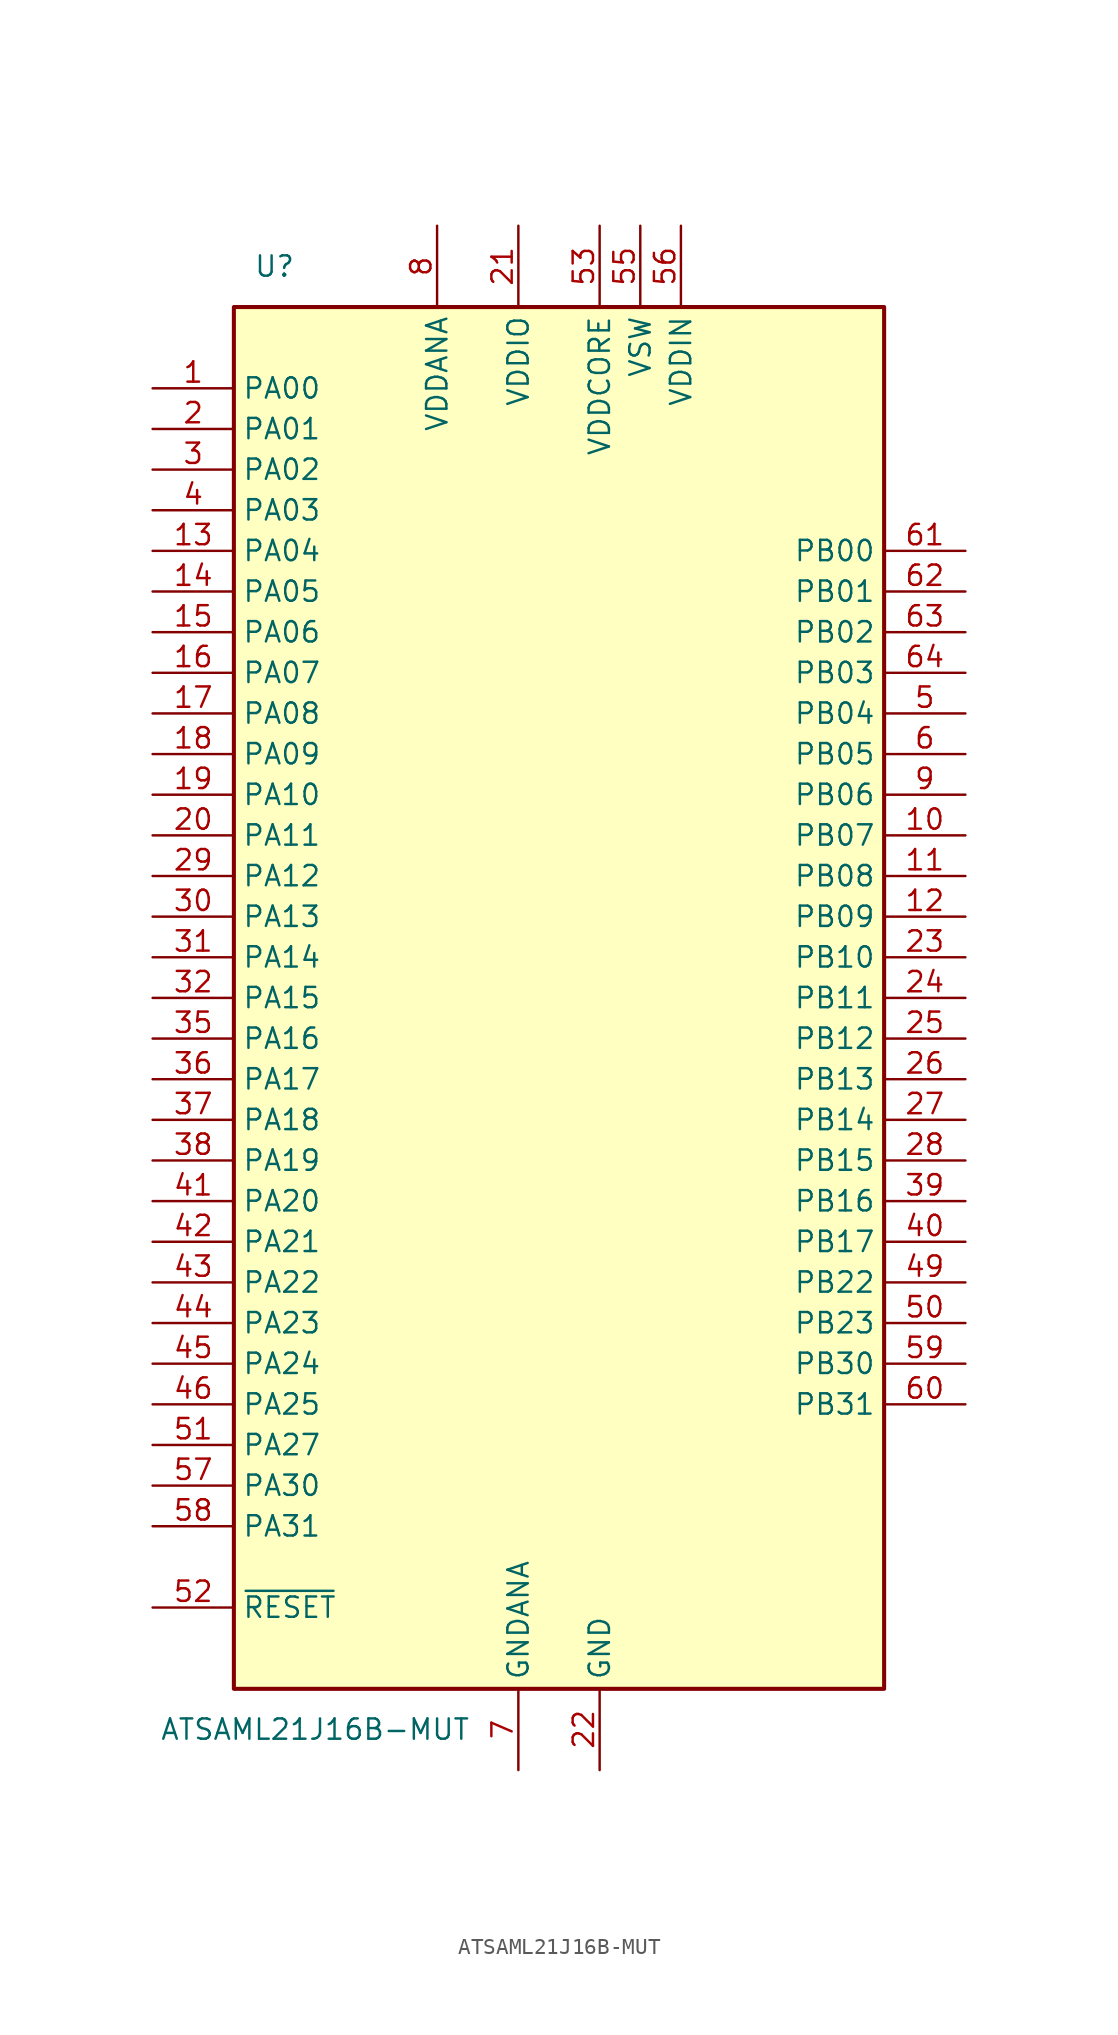
<source format=kicad_sym>
(kicad_symbol_lib
  (version 20201005)
  (generator kicad_symbol_editor)
  (symbol "ATSAML21J16B-MUT"
    (property "Reference" "U"
      (at -17.78 45.72 0)
      (effects (font (size 1.27 1.27))))
    (property "Value" "ATSAML21J16B-MUT"
      (at -15.24 -45.72 0)
      (effects (font (size 1.27 1.27))))
    (symbol "ATSAML21J16B-MUT_0_1"
      (rectangle (start -20.32 43.18) (end 20.32 -43.18) (stroke (width 0.254)) (fill (type background))))
    (symbol "ATSAML21J16B-MUT_1_1"
      (pin bidirectional line (at -25.4 38.1 0) (length 5.08) (name "PA00" (effects (font (size 1.27 1.27)))) (number "1" (effects (font (size 1.27 1.27)))))
      (pin bidirectional line (at 25.4 10.16 180) (length 5.08) (name "PB07" (effects (font (size 1.27 1.27)))) (number "10" (effects (font (size 1.27 1.27)))))
      (pin bidirectional line (at 25.4 7.62 180) (length 5.08) (name "PB08" (effects (font (size 1.27 1.27)))) (number "11" (effects (font (size 1.27 1.27)))))
      (pin bidirectional line (at 25.4 5.08 180) (length 5.08) (name "PB09" (effects (font (size 1.27 1.27)))) (number "12" (effects (font (size 1.27 1.27)))))
      (pin bidirectional line (at -25.4 27.94 0) (length 5.08) (name "PA04" (effects (font (size 1.27 1.27)))) (number "13" (effects (font (size 1.27 1.27)))))
      (pin bidirectional line (at -25.4 25.4 0) (length 5.08) (name "PA05" (effects (font (size 1.27 1.27)))) (number "14" (effects (font (size 1.27 1.27)))))
      (pin bidirectional line (at -25.4 22.86 0) (length 5.08) (name "PA06" (effects (font (size 1.27 1.27)))) (number "15" (effects (font (size 1.27 1.27)))))
      (pin bidirectional line (at -25.4 20.32 0) (length 5.08) (name "PA07" (effects (font (size 1.27 1.27)))) (number "16" (effects (font (size 1.27 1.27)))))
      (pin bidirectional line (at -25.4 17.78 0) (length 5.08) (name "PA08" (effects (font (size 1.27 1.27)))) (number "17" (effects (font (size 1.27 1.27)))))
      (pin bidirectional line (at -25.4 15.24 0) (length 5.08) (name "PA09" (effects (font (size 1.27 1.27)))) (number "18" (effects (font (size 1.27 1.27)))))
      (pin bidirectional line (at -25.4 12.7 0) (length 5.08) (name "PA10" (effects (font (size 1.27 1.27)))) (number "19" (effects (font (size 1.27 1.27)))))
      (pin bidirectional line (at -25.4 35.56 0) (length 5.08) (name "PA01" (effects (font (size 1.27 1.27)))) (number "2" (effects (font (size 1.27 1.27)))))
      (pin bidirectional line (at -25.4 10.16 0) (length 5.08) (name "PA11" (effects (font (size 1.27 1.27)))) (number "20" (effects (font (size 1.27 1.27)))))
      (pin power_in line (at -2.54 48.26 270) (length 5.08) (name "VDDIO" (effects (font (size 1.27 1.27)))) (number "21" (effects (font (size 1.27 1.27)))))
      (pin power_in line (at 2.54 -48.26 90) (length 5.08) (name "GND" (effects (font (size 1.27 1.27)))) (number "22" (effects (font (size 1.27 1.27)))))
      (pin bidirectional line (at 25.4 2.54 180) (length 5.08) (name "PB10" (effects (font (size 1.27 1.27)))) (number "23" (effects (font (size 1.27 1.27)))))
      (pin bidirectional line (at 25.4 0 180) (length 5.08) (name "PB11" (effects (font (size 1.27 1.27)))) (number "24" (effects (font (size 1.27 1.27)))))
      (pin bidirectional line (at 25.4 -2.54 180) (length 5.08) (name "PB12" (effects (font (size 1.27 1.27)))) (number "25" (effects (font (size 1.27 1.27)))))
      (pin bidirectional line (at 25.4 -5.08 180) (length 5.08) (name "PB13" (effects (font (size 1.27 1.27)))) (number "26" (effects (font (size 1.27 1.27)))))
      (pin bidirectional line (at 25.4 -7.62 180) (length 5.08) (name "PB14" (effects (font (size 1.27 1.27)))) (number "27" (effects (font (size 1.27 1.27)))))
      (pin bidirectional line (at 25.4 -10.16 180) (length 5.08) (name "PB15" (effects (font (size 1.27 1.27)))) (number "28" (effects (font (size 1.27 1.27)))))
      (pin bidirectional line (at -25.4 7.62 0) (length 5.08) (name "PA12" (effects (font (size 1.27 1.27)))) (number "29" (effects (font (size 1.27 1.27)))))
      (pin bidirectional line (at -25.4 33.02 0) (length 5.08) (name "PA02" (effects (font (size 1.27 1.27)))) (number "3" (effects (font (size 1.27 1.27)))))
      (pin bidirectional line (at -25.4 5.08 0) (length 5.08) (name "PA13" (effects (font (size 1.27 1.27)))) (number "30" (effects (font (size 1.27 1.27)))))
      (pin bidirectional line (at -25.4 2.54 0) (length 5.08) (name "PA14" (effects (font (size 1.27 1.27)))) (number "31" (effects (font (size 1.27 1.27)))))
      (pin bidirectional line (at -25.4 0 0) (length 5.08) (name "PA15" (effects (font (size 1.27 1.27)))) (number "32" (effects (font (size 1.27 1.27)))))
      (pin passive line (at 2.54 -48.26 90) (length 5.08) hide (name "GND" (effects (font (size 1.27 1.27)))) (number "33" (effects (font (size 1.27 1.27)))))
      (pin passive line (at -2.54 48.26 270) (length 5.08) hide (name "VDDIO" (effects (font (size 1.27 1.27)))) (number "34" (effects (font (size 1.27 1.27)))))
      (pin bidirectional line (at -25.4 -2.54 0) (length 5.08) (name "PA16" (effects (font (size 1.27 1.27)))) (number "35" (effects (font (size 1.27 1.27)))))
      (pin bidirectional line (at -25.4 -5.08 0) (length 5.08) (name "PA17" (effects (font (size 1.27 1.27)))) (number "36" (effects (font (size 1.27 1.27)))))
      (pin bidirectional line (at -25.4 -7.62 0) (length 5.08) (name "PA18" (effects (font (size 1.27 1.27)))) (number "37" (effects (font (size 1.27 1.27)))))
      (pin bidirectional line (at -25.4 -10.16 0) (length 5.08) (name "PA19" (effects (font (size 1.27 1.27)))) (number "38" (effects (font (size 1.27 1.27)))))
      (pin bidirectional line (at 25.4 -12.7 180) (length 5.08) (name "PB16" (effects (font (size 1.27 1.27)))) (number "39" (effects (font (size 1.27 1.27)))))
      (pin bidirectional line (at -25.4 30.48 0) (length 5.08) (name "PA03" (effects (font (size 1.27 1.27)))) (number "4" (effects (font (size 1.27 1.27)))))
      (pin bidirectional line (at 25.4 -15.24 180) (length 5.08) (name "PB17" (effects (font (size 1.27 1.27)))) (number "40" (effects (font (size 1.27 1.27)))))
      (pin bidirectional line (at -25.4 -12.7 0) (length 5.08) (name "PA20" (effects (font (size 1.27 1.27)))) (number "41" (effects (font (size 1.27 1.27)))))
      (pin bidirectional line (at -25.4 -15.24 0) (length 5.08) (name "PA21" (effects (font (size 1.27 1.27)))) (number "42" (effects (font (size 1.27 1.27)))))
      (pin bidirectional line (at -25.4 -17.78 0) (length 5.08) (name "PA22" (effects (font (size 1.27 1.27)))) (number "43" (effects (font (size 1.27 1.27)))))
      (pin bidirectional line (at -25.4 -20.32 0) (length 5.08) (name "PA23" (effects (font (size 1.27 1.27)))) (number "44" (effects (font (size 1.27 1.27)))))
      (pin bidirectional line (at -25.4 -22.86 0) (length 5.08) (name "PA24" (effects (font (size 1.27 1.27)))) (number "45" (effects (font (size 1.27 1.27)))))
      (pin bidirectional line (at -25.4 -25.4 0) (length 5.08) (name "PA25" (effects (font (size 1.27 1.27)))) (number "46" (effects (font (size 1.27 1.27)))))
      (pin passive line (at 2.54 -48.26 90) (length 5.08) hide (name "GND" (effects (font (size 1.27 1.27)))) (number "47" (effects (font (size 1.27 1.27)))))
      (pin passive line (at -2.54 48.26 270) (length 5.08) hide (name "VDDIO" (effects (font (size 1.27 1.27)))) (number "48" (effects (font (size 1.27 1.27)))))
      (pin bidirectional line (at 25.4 -17.78 180) (length 5.08) (name "PB22" (effects (font (size 1.27 1.27)))) (number "49" (effects (font (size 1.27 1.27)))))
      (pin bidirectional line (at 25.4 17.78 180) (length 5.08) (name "PB04" (effects (font (size 1.27 1.27)))) (number "5" (effects (font (size 1.27 1.27)))))
      (pin bidirectional line (at 25.4 -20.32 180) (length 5.08) (name "PB23" (effects (font (size 1.27 1.27)))) (number "50" (effects (font (size 1.27 1.27)))))
      (pin bidirectional line (at -25.4 -27.94 0) (length 5.08) (name "PA27" (effects (font (size 1.27 1.27)))) (number "51" (effects (font (size 1.27 1.27)))))
      (pin input line (at -25.4 -38.1 0) (length 5.08) (name "~RESET" (effects (font (size 1.27 1.27)))) (number "52" (effects (font (size 1.27 1.27)))))
      (pin power_in line (at 2.54 48.26 270) (length 5.08) (name "VDDCORE" (effects (font (size 1.27 1.27)))) (number "53" (effects (font (size 1.27 1.27)))))
      (pin passive line (at 2.54 -48.26 90) (length 5.08) hide (name "GND" (effects (font (size 1.27 1.27)))) (number "54" (effects (font (size 1.27 1.27)))))
      (pin power_out line (at 5.08 48.26 270) (length 5.08) (name "VSW" (effects (font (size 1.27 1.27)))) (number "55" (effects (font (size 1.27 1.27)))))
      (pin power_in line (at 7.62 48.26 270) (length 5.08) (name "VDDIN" (effects (font (size 1.27 1.27)))) (number "56" (effects (font (size 1.27 1.27)))))
      (pin bidirectional line (at -25.4 -30.48 0) (length 5.08) (name "PA30" (effects (font (size 1.27 1.27)))) (number "57" (effects (font (size 1.27 1.27)))))
      (pin bidirectional line (at -25.4 -33.02 0) (length 5.08) (name "PA31" (effects (font (size 1.27 1.27)))) (number "58" (effects (font (size 1.27 1.27)))))
      (pin bidirectional line (at 25.4 -22.86 180) (length 5.08) (name "PB30" (effects (font (size 1.27 1.27)))) (number "59" (effects (font (size 1.27 1.27)))))
      (pin bidirectional line (at 25.4 15.24 180) (length 5.08) (name "PB05" (effects (font (size 1.27 1.27)))) (number "6" (effects (font (size 1.27 1.27)))))
      (pin bidirectional line (at 25.4 -25.4 180) (length 5.08) (name "PB31" (effects (font (size 1.27 1.27)))) (number "60" (effects (font (size 1.27 1.27)))))
      (pin bidirectional line (at 25.4 27.94 180) (length 5.08) (name "PB00" (effects (font (size 1.27 1.27)))) (number "61" (effects (font (size 1.27 1.27)))))
      (pin bidirectional line (at 25.4 25.4 180) (length 5.08) (name "PB01" (effects (font (size 1.27 1.27)))) (number "62" (effects (font (size 1.27 1.27)))))
      (pin bidirectional line (at 25.4 22.86 180) (length 5.08) (name "PB02" (effects (font (size 1.27 1.27)))) (number "63" (effects (font (size 1.27 1.27)))))
      (pin bidirectional line (at 25.4 20.32 180) (length 5.08) (name "PB03" (effects (font (size 1.27 1.27)))) (number "64" (effects (font (size 1.27 1.27)))))
      (pin power_in line (at -2.54 -48.26 90) (length 5.08) (name "GNDANA" (effects (font (size 1.27 1.27)))) (number "7" (effects (font (size 1.27 1.27)))))
      (pin power_in line (at -7.62 48.26 270) (length 5.08) (name "VDDANA" (effects (font (size 1.27 1.27)))) (number "8" (effects (font (size 1.27 1.27)))))
      (pin bidirectional line (at 25.4 12.7 180) (length 5.08) (name "PB06" (effects (font (size 1.27 1.27)))) (number "9" (effects (font (size 1.27 1.27))))))))
</source>
